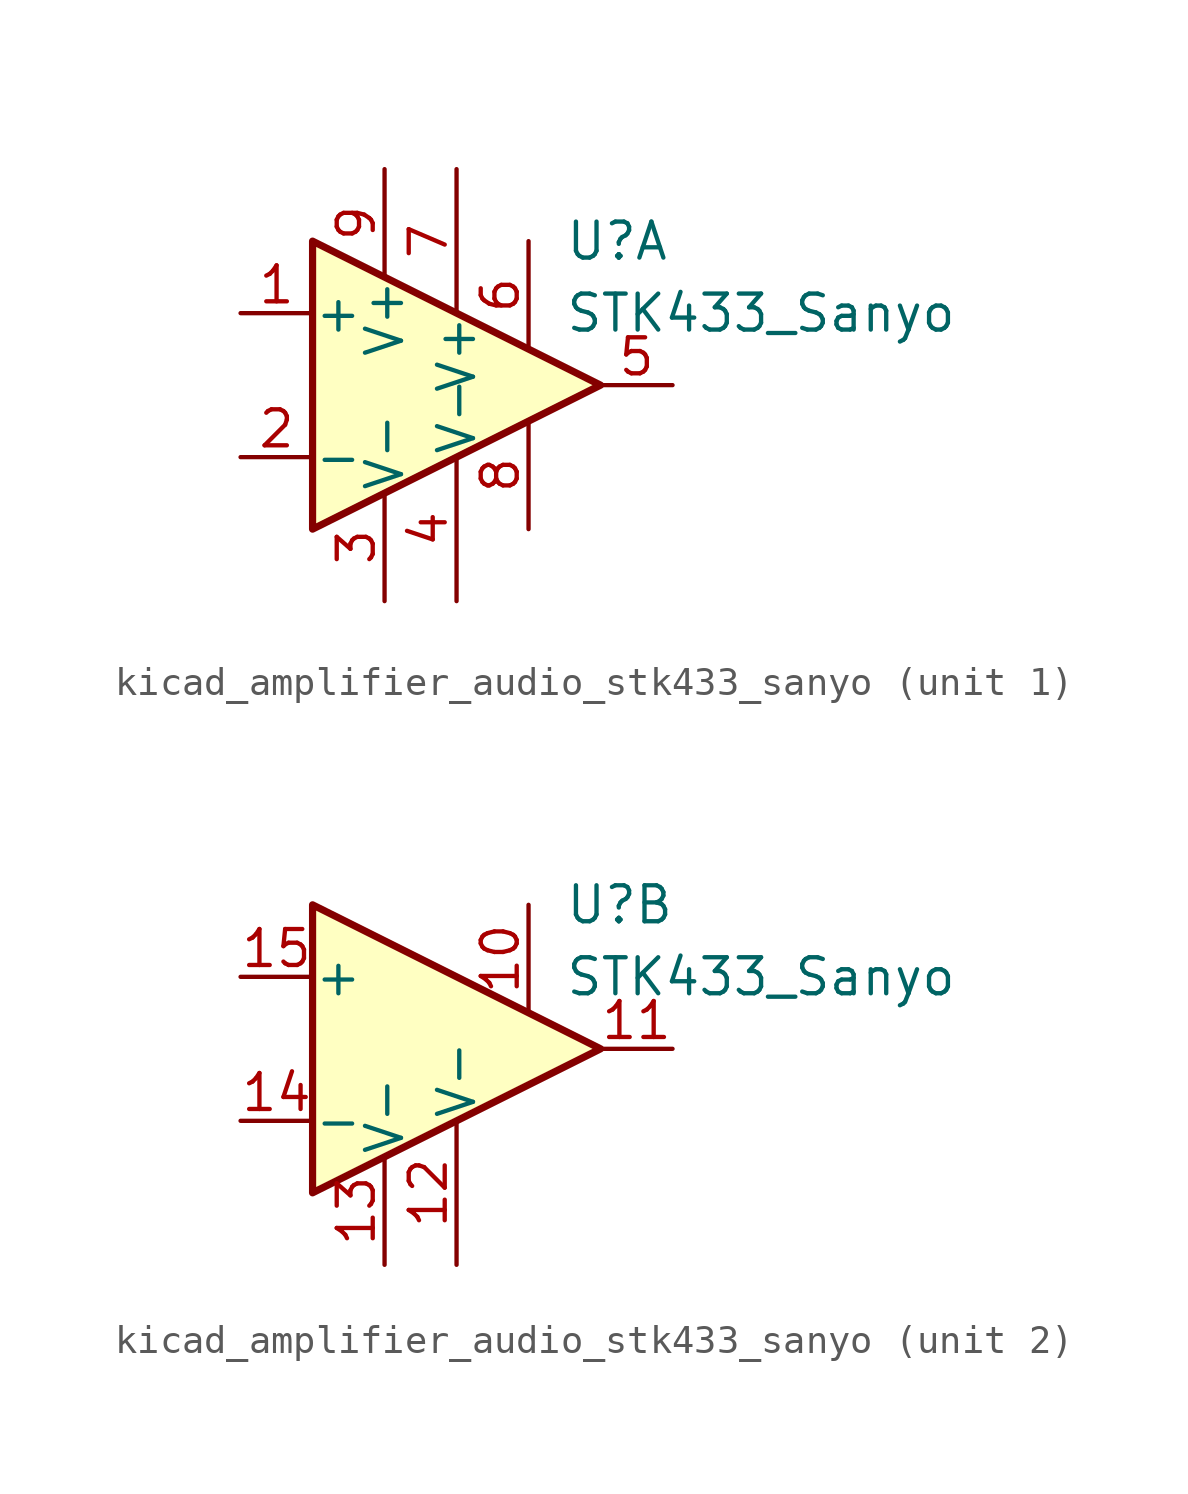
<source format=kicad_sym>
(kicad_symbol_lib
  (version 20220914)
  (generator kicad_symbol_editor)
  (symbol "kicad_amplifier_audio_stk433_sanyo"
    (pin_names
      (offset 0.025))
    (property "Reference" "U"
      (at 3.81 5.08 0)
      (effects (font (size 1.27 1.27)) (justify left)))
    (property "Value" "STK433_Sanyo"
      (at 3.81 2.54 0)
      (effects (font (size 1.27 1.27)) (justify left)))
    (symbol "kicad_amplifier_audio_stk433_sanyo_0_1"
      (polyline (pts (xy -5.08 5.08) (xy 5.08 0) (xy -5.08 -5.08) (xy -5.08 5.08)) (stroke (width 0.254) (type default)) (fill (type background))))
    (symbol "kicad_amplifier_audio_stk433_sanyo_1_1"
      (pin input line (at -7.62 2.54 0) (length 2.54) (name "+" (effects (font (size 1.27 1.27)))) (number "1" (effects (font (size 1.27 1.27)))))
      (pin input line (at -7.62 -2.54 0) (length 2.54) (name "-" (effects (font (size 1.27 1.27)))) (number "2" (effects (font (size 1.27 1.27)))))
      (pin power_in line (at -2.54 -7.62 90) (length 3.81) (name "V-" (effects (font (size 1.27 1.27)))) (number "3" (effects (font (size 1.27 1.27)))))
      (pin power_in line (at 0 -7.62 90) (length 5.08) (name "V-" (effects (font (size 1.27 1.27)))) (number "4" (effects (font (size 1.27 1.27)))))
      (pin output line (at 7.62 0 180) (length 2.54) (name "~" (effects (font (size 1.27 1.27)))) (number "5" (effects (font (size 1.27 1.27)))))
      (pin passive line (at 2.54 5.08 270) (length 3.81) (name "~" (effects (font (size 1.27 1.27)))) (number "6" (effects (font (size 1.27 1.27)))))
      (pin power_in line (at 0 7.62 270) (length 5.08) (name "V+" (effects (font (size 1.27 1.27)))) (number "7" (effects (font (size 1.27 1.27)))))
      (pin power_in line (at 2.54 -5.08 90) (length 3.81) (name "~" (effects (font (size 1.27 1.27)))) (number "8" (effects (font (size 1.27 1.27)))))
      (pin power_in line (at -2.54 7.62 270) (length 3.81) (name "V+" (effects (font (size 1.27 1.27)))) (number "9" (effects (font (size 1.27 1.27))))))
    (symbol "kicad_amplifier_audio_stk433_sanyo_2_1"
      (pin passive line (at 2.54 5.08 270) (length 3.81) (name "~" (effects (font (size 1.27 1.27)))) (number "10" (effects (font (size 1.27 1.27)))))
      (pin output line (at 7.62 0 180) (length 2.54) (name "~" (effects (font (size 1.27 1.27)))) (number "11" (effects (font (size 1.27 1.27)))))
      (pin power_in line (at 0 -7.62 90) (length 5.08) (name "V-" (effects (font (size 1.27 1.27)))) (number "12" (effects (font (size 1.27 1.27)))))
      (pin power_in line (at -2.54 -7.62 90) (length 3.81) (name "V-" (effects (font (size 1.27 1.27)))) (number "13" (effects (font (size 1.27 1.27)))))
      (pin input line (at -7.62 -2.54 0) (length 2.54) (name "-" (effects (font (size 1.27 1.27)))) (number "14" (effects (font (size 1.27 1.27)))))
      (pin input line (at -7.62 2.54 0) (length 2.54) (name "+" (effects (font (size 1.27 1.27)))) (number "15" (effects (font (size 1.27 1.27))))))))
</source>
